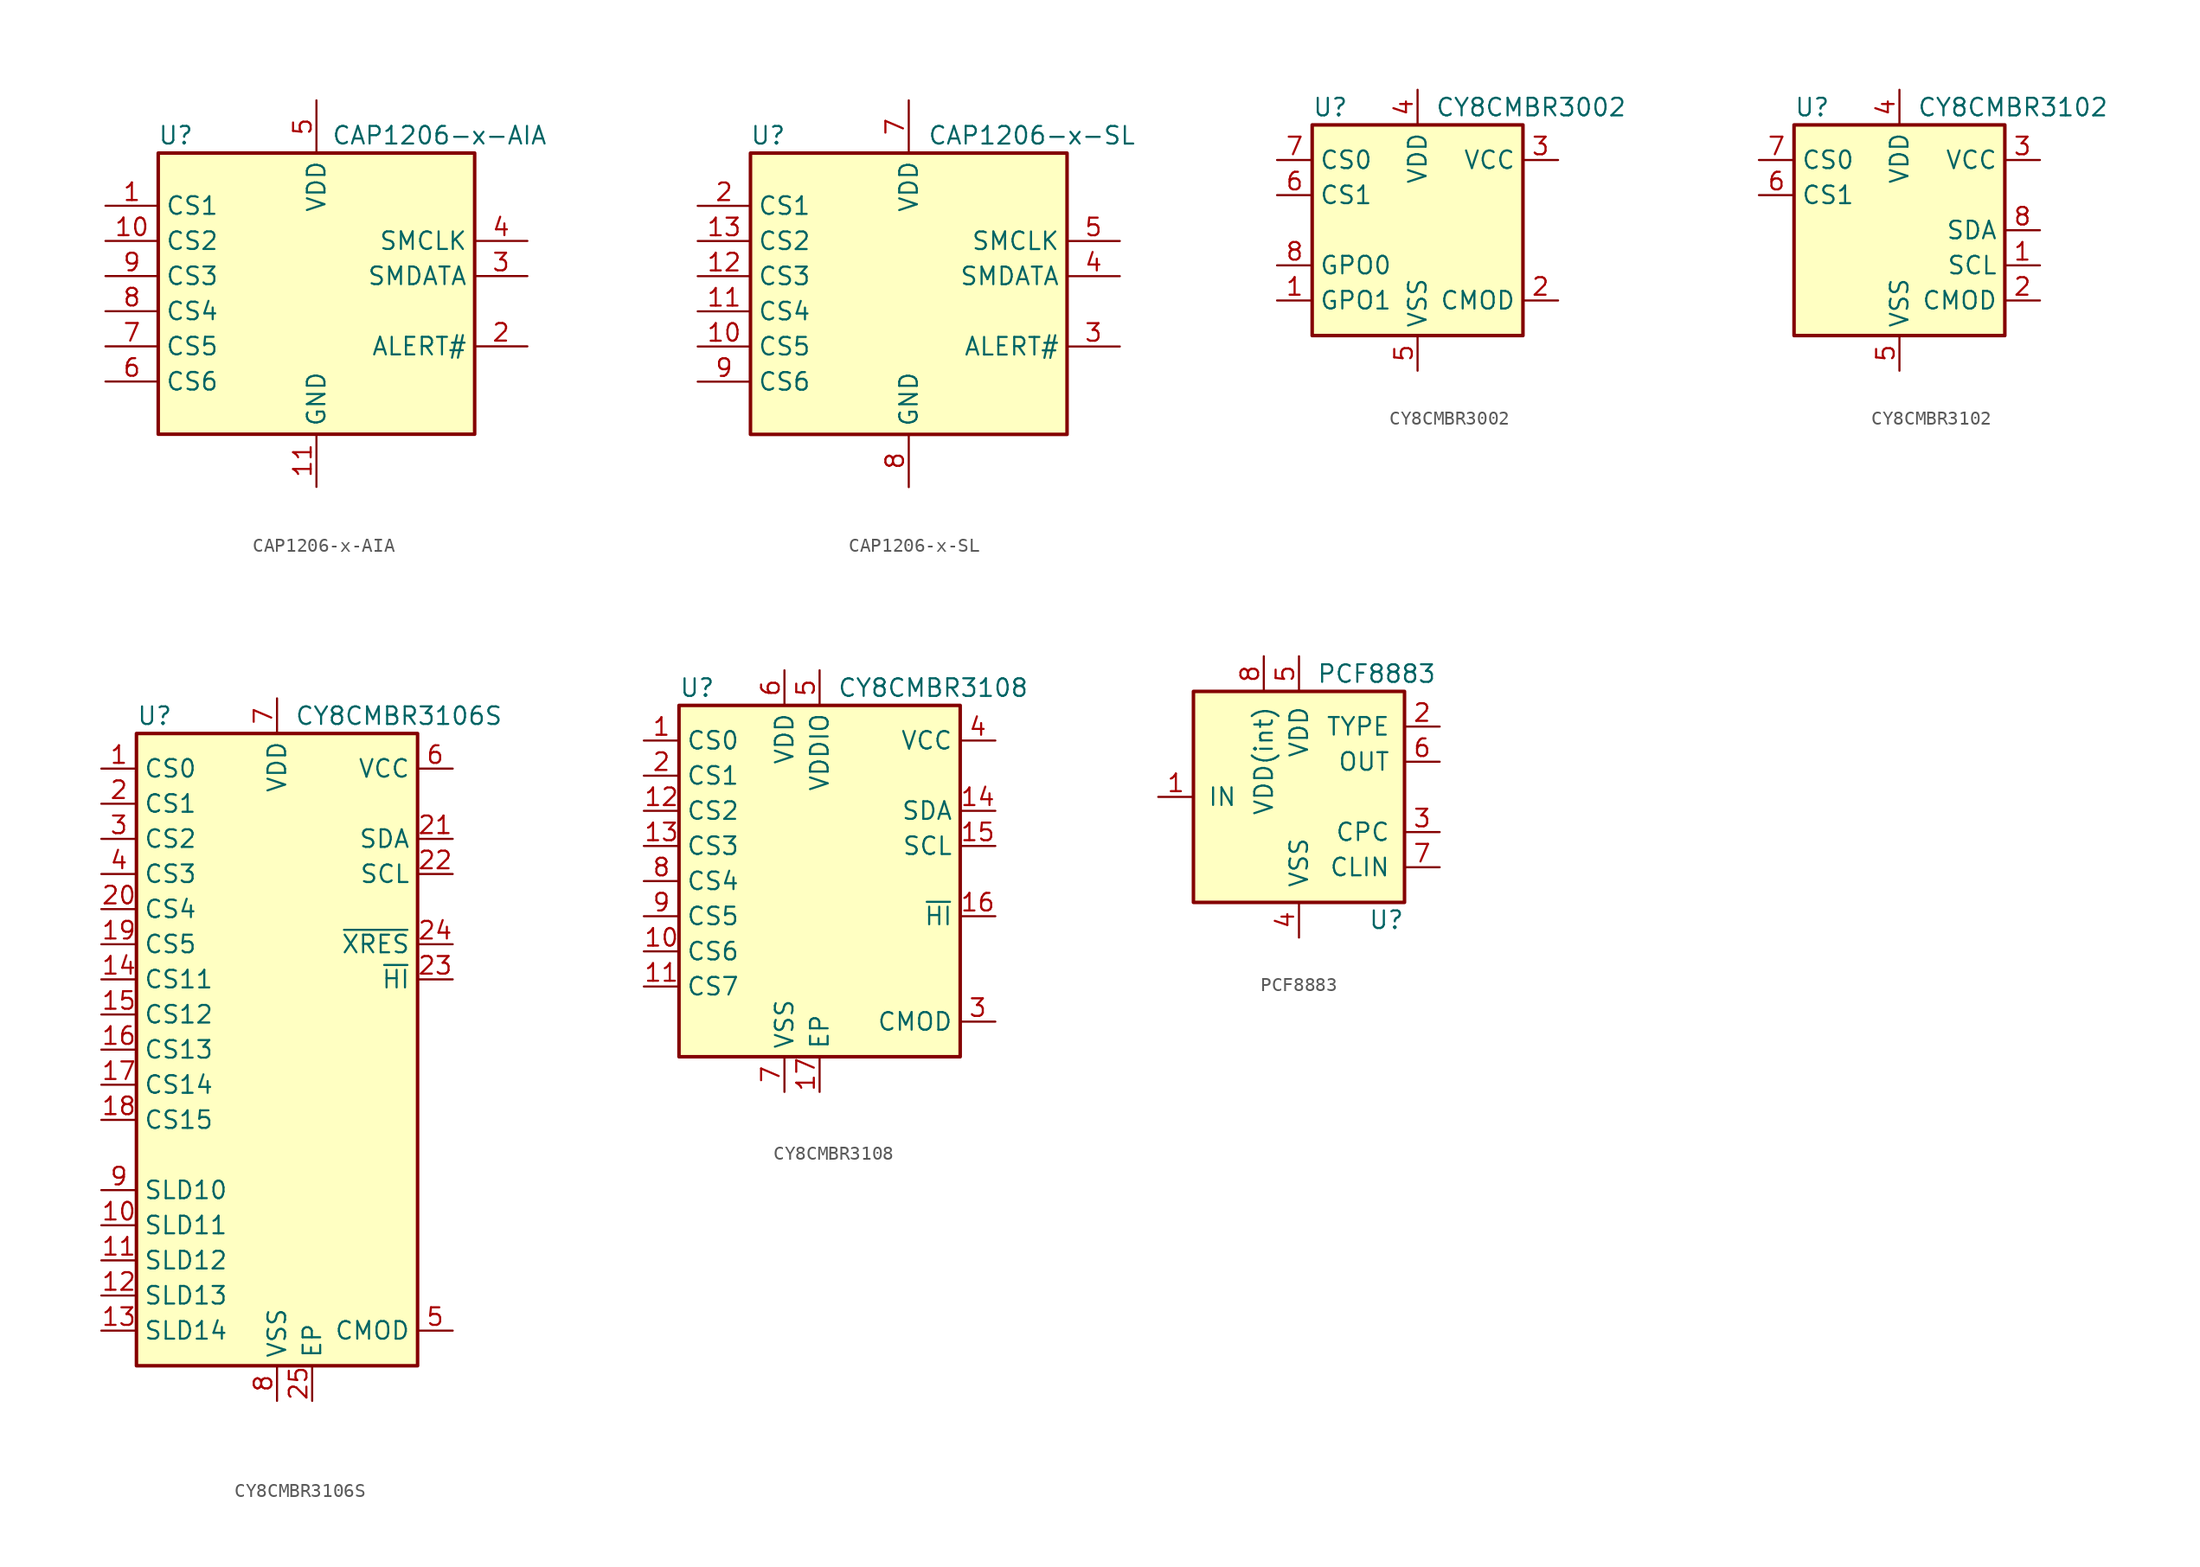
<source format=kicad_sym>
(kicad_symbol_lib
  (version 20241209)
  (generator "kicad_symbol_editor")
  (generator_version "9.0")
  (symbol "CAP1206-x-AIA"
    (property "Reference" "U"
      (at -10.16 12.7 0)
      (effects (font (size 1.27 1.27))))
    (property "Value" "CAP1206-x-AIA"
      (at 8.89 12.7 0)
      (effects (font (size 1.27 1.27))))
    (symbol "CAP1206-x-AIA_0_1"
      (rectangle (start -11.43 11.43) (end 11.43 -8.89) (stroke (width 0.254) (type default)) (fill (type background))))
    (symbol "CAP1206-x-AIA_1_1"
      (pin passive line (at -15.24 7.62 0) (length 3.81) (name "CS1" (effects (font (size 1.27 1.27)))) (number "1" (effects (font (size 1.27 1.27)))))
      (pin passive line (at -15.24 5.08 0) (length 3.81) (name "CS2" (effects (font (size 1.27 1.27)))) (number "10" (effects (font (size 1.27 1.27)))))
      (pin passive line (at -15.24 2.54 0) (length 3.81) (name "CS3" (effects (font (size 1.27 1.27)))) (number "9" (effects (font (size 1.27 1.27)))))
      (pin passive line (at -15.24 0 0) (length 3.81) (name "CS4" (effects (font (size 1.27 1.27)))) (number "8" (effects (font (size 1.27 1.27)))))
      (pin passive line (at -15.24 -2.54 0) (length 3.81) (name "CS5" (effects (font (size 1.27 1.27)))) (number "7" (effects (font (size 1.27 1.27)))))
      (pin passive line (at -15.24 -5.08 0) (length 3.81) (name "CS6" (effects (font (size 1.27 1.27)))) (number "6" (effects (font (size 1.27 1.27)))))
      (pin power_in line (at 0 15.24 270) (length 3.81) (name "VDD" (effects (font (size 1.27 1.27)))) (number "5" (effects (font (size 1.27 1.27)))))
      (pin power_in line (at 0 -12.7 90) (length 3.81) (name "GND" (effects (font (size 1.27 1.27)))) (number "11" (effects (font (size 1.27 1.27)))))
      (pin input line (at 15.24 5.08 180) (length 3.81) (name "SMCLK" (effects (font (size 1.27 1.27)))) (number "4" (effects (font (size 1.27 1.27)))))
      (pin bidirectional line (at 15.24 2.54 180) (length 3.81) (name "SMDATA" (effects (font (size 1.27 1.27)))) (number "3" (effects (font (size 1.27 1.27)))))
      (pin open_collector line (at 15.24 -2.54 180) (length 3.81) (name "ALERT#" (effects (font (size 1.27 1.27)))) (number "2" (effects (font (size 1.27 1.27)))))))
  (symbol "CAP1206-x-SL"
    (property "Reference" "U"
      (at -10.16 12.7 0)
      (effects (font (size 1.27 1.27))))
    (property "Value" "CAP1206-x-SL"
      (at 8.89 12.7 0)
      (effects (font (size 1.27 1.27))))
    (symbol "CAP1206-x-SL_0_1"
      (rectangle (start -11.43 11.43) (end 11.43 -8.89) (stroke (width 0.254) (type default)) (fill (type background))))
    (symbol "CAP1206-x-SL_1_1"
      (pin passive line (at -15.24 7.62 0) (length 3.81) (name "CS1" (effects (font (size 1.27 1.27)))) (number "2" (effects (font (size 1.27 1.27)))))
      (pin passive line (at -15.24 5.08 0) (length 3.81) (name "CS2" (effects (font (size 1.27 1.27)))) (number "13" (effects (font (size 1.27 1.27)))))
      (pin passive line (at -15.24 2.54 0) (length 3.81) (name "CS3" (effects (font (size 1.27 1.27)))) (number "12" (effects (font (size 1.27 1.27)))))
      (pin passive line (at -15.24 0 0) (length 3.81) (name "CS4" (effects (font (size 1.27 1.27)))) (number "11" (effects (font (size 1.27 1.27)))))
      (pin passive line (at -15.24 -2.54 0) (length 3.81) (name "CS5" (effects (font (size 1.27 1.27)))) (number "10" (effects (font (size 1.27 1.27)))))
      (pin passive line (at -15.24 -5.08 0) (length 3.81) (name "CS6" (effects (font (size 1.27 1.27)))) (number "9" (effects (font (size 1.27 1.27)))))
      (pin power_in line (at 0 15.24 270) (length 3.81) (name "VDD" (effects (font (size 1.27 1.27)))) (number "7" (effects (font (size 1.27 1.27)))))
      (pin power_in line (at 0 -12.7 90) (length 3.81) (name "GND" (effects (font (size 1.27 1.27)))) (number "8" (effects (font (size 1.27 1.27)))))
      (pin input line (at 15.24 5.08 180) (length 3.81) (name "SMCLK" (effects (font (size 1.27 1.27)))) (number "5" (effects (font (size 1.27 1.27)))))
      (pin bidirectional line (at 15.24 2.54 180) (length 3.81) (name "SMDATA" (effects (font (size 1.27 1.27)))) (number "4" (effects (font (size 1.27 1.27)))))
      (pin open_collector line (at 15.24 -2.54 180) (length 3.81) (name "ALERT#" (effects (font (size 1.27 1.27)))) (number "3" (effects (font (size 1.27 1.27)))))))
  (symbol "CY8CMBR3002"
    (property "Reference" "U"
      (at -7.62 8.89 0)
      (effects (font (size 1.27 1.27)) (justify left)))
    (property "Value" "CY8CMBR3002"
      (at 1.27 8.89 0)
      (effects (font (size 1.27 1.27)) (justify left)))
    (symbol "CY8CMBR3002_0_1"
      (rectangle (start -7.62 7.62) (end 7.62 -7.62) (stroke (width 0.254) (type default)) (fill (type background))))
    (symbol "CY8CMBR3002_1_1"
      (pin passive line (at -10.16 5.08 0) (length 2.54) (name "CS0" (effects (font (size 1.27 1.27)))) (number "7" (effects (font (size 1.27 1.27)))))
      (pin passive line (at -10.16 2.54 0) (length 2.54) (name "CS1" (effects (font (size 1.27 1.27)))) (number "6" (effects (font (size 1.27 1.27)))))
      (pin output line (at -10.16 -2.54 0) (length 2.54) (name "GPO0" (effects (font (size 1.27 1.27)))) (number "8" (effects (font (size 1.27 1.27)))))
      (pin output line (at -10.16 -5.08 0) (length 2.54) (name "GPO1" (effects (font (size 1.27 1.27)))) (number "1" (effects (font (size 1.27 1.27)))))
      (pin power_in line (at 0 10.16 270) (length 2.54) (name "VDD" (effects (font (size 1.27 1.27)))) (number "4" (effects (font (size 1.27 1.27)))))
      (pin power_in line (at 0 -10.16 90) (length 2.54) (name "VSS" (effects (font (size 1.27 1.27)))) (number "5" (effects (font (size 1.27 1.27)))))
      (pin passive line (at 10.16 5.08 180) (length 2.54) (name "VCC" (effects (font (size 1.27 1.27)))) (number "3" (effects (font (size 1.27 1.27)))))
      (pin passive line (at 10.16 -5.08 180) (length 2.54) (name "CMOD" (effects (font (size 1.27 1.27)))) (number "2" (effects (font (size 1.27 1.27)))))))
  (symbol "CY8CMBR3102"
    (property "Reference" "U"
      (at -7.62 8.89 0)
      (effects (font (size 1.27 1.27)) (justify left)))
    (property "Value" "CY8CMBR3102"
      (at 1.27 8.89 0)
      (effects (font (size 1.27 1.27)) (justify left)))
    (symbol "CY8CMBR3102_0_1"
      (rectangle (start -7.62 7.62) (end 7.62 -7.62) (stroke (width 0.254) (type default)) (fill (type background))))
    (symbol "CY8CMBR3102_1_1"
      (pin passive line (at -10.16 5.08 0) (length 2.54) (name "CS0" (effects (font (size 1.27 1.27)))) (number "7" (effects (font (size 1.27 1.27)))))
      (pin passive line (at -10.16 2.54 0) (length 2.54) (name "CS1" (effects (font (size 1.27 1.27)))) (number "6" (effects (font (size 1.27 1.27)))))
      (pin power_in line (at 0 10.16 270) (length 2.54) (name "VDD" (effects (font (size 1.27 1.27)))) (number "4" (effects (font (size 1.27 1.27)))))
      (pin power_in line (at 0 -10.16 90) (length 2.54) (name "VSS" (effects (font (size 1.27 1.27)))) (number "5" (effects (font (size 1.27 1.27)))))
      (pin passive line (at 10.16 5.08 180) (length 2.54) (name "VCC" (effects (font (size 1.27 1.27)))) (number "3" (effects (font (size 1.27 1.27)))))
      (pin bidirectional line (at 10.16 0 180) (length 2.54) (name "SDA" (effects (font (size 1.27 1.27)))) (number "8" (effects (font (size 1.27 1.27)))))
      (pin input line (at 10.16 -2.54 180) (length 2.54) (name "SCL" (effects (font (size 1.27 1.27)))) (number "1" (effects (font (size 1.27 1.27)))))
      (pin passive line (at 10.16 -5.08 180) (length 2.54) (name "CMOD" (effects (font (size 1.27 1.27)))) (number "2" (effects (font (size 1.27 1.27)))))))
  (symbol "CY8CMBR3106S"
    (property "Reference" "U"
      (at -10.16 24.13 0)
      (effects (font (size 1.27 1.27)) (justify left)))
    (property "Value" "CY8CMBR3106S"
      (at 1.27 24.13 0)
      (effects (font (size 1.27 1.27)) (justify left)))
    (symbol "CY8CMBR3106S_0_1"
      (rectangle (start -10.16 22.86) (end 10.16 -22.86) (stroke (width 0.254) (type default)) (fill (type background))))
    (symbol "CY8CMBR3106S_1_1"
      (pin passive line (at -12.7 20.32 0) (length 2.54) (name "CS0" (effects (font (size 1.27 1.27)))) (number "1" (effects (font (size 1.27 1.27)))))
      (pin passive line (at -12.7 17.78 0) (length 2.54) (name "CS1" (effects (font (size 1.27 1.27)))) (number "2" (effects (font (size 1.27 1.27)))))
      (pin passive line (at -12.7 15.24 0) (length 2.54) (name "CS2" (effects (font (size 1.27 1.27)))) (number "3" (effects (font (size 1.27 1.27)))))
      (pin passive line (at -12.7 12.7 0) (length 2.54) (name "CS3" (effects (font (size 1.27 1.27)))) (number "4" (effects (font (size 1.27 1.27)))))
      (pin passive line (at -12.7 10.16 0) (length 2.54) (name "CS4" (effects (font (size 1.27 1.27)))) (number "20" (effects (font (size 1.27 1.27)))))
      (pin passive line (at -12.7 7.62 0) (length 2.54) (name "CS5" (effects (font (size 1.27 1.27)))) (number "19" (effects (font (size 1.27 1.27)))))
      (pin passive line (at -12.7 5.08 0) (length 2.54) (name "CS11" (effects (font (size 1.27 1.27)))) (number "14" (effects (font (size 1.27 1.27)))))
      (pin passive line (at -12.7 2.54 0) (length 2.54) (name "CS12" (effects (font (size 1.27 1.27)))) (number "15" (effects (font (size 1.27 1.27)))))
      (pin passive line (at -12.7 0 0) (length 2.54) (name "CS13" (effects (font (size 1.27 1.27)))) (number "16" (effects (font (size 1.27 1.27)))))
      (pin passive line (at -12.7 -2.54 0) (length 2.54) (name "CS14" (effects (font (size 1.27 1.27)))) (number "17" (effects (font (size 1.27 1.27)))))
      (pin passive line (at -12.7 -5.08 0) (length 2.54) (name "CS15" (effects (font (size 1.27 1.27)))) (number "18" (effects (font (size 1.27 1.27)))))
      (pin passive line (at -12.7 -10.16 0) (length 2.54) (name "SLD10" (effects (font (size 1.27 1.27)))) (number "9" (effects (font (size 1.27 1.27)))))
      (pin passive line (at -12.7 -12.7 0) (length 2.54) (name "SLD11" (effects (font (size 1.27 1.27)))) (number "10" (effects (font (size 1.27 1.27)))))
      (pin passive line (at -12.7 -15.24 0) (length 2.54) (name "SLD12" (effects (font (size 1.27 1.27)))) (number "11" (effects (font (size 1.27 1.27)))))
      (pin passive line (at -12.7 -17.78 0) (length 2.54) (name "SLD13" (effects (font (size 1.27 1.27)))) (number "12" (effects (font (size 1.27 1.27)))))
      (pin passive line (at -12.7 -20.32 0) (length 2.54) (name "SLD14" (effects (font (size 1.27 1.27)))) (number "13" (effects (font (size 1.27 1.27)))))
      (pin power_in line (at 0 25.4 270) (length 2.54) (name "VDD" (effects (font (size 1.27 1.27)))) (number "7" (effects (font (size 1.27 1.27)))))
      (pin power_in line (at 0 -25.4 90) (length 2.54) (name "VSS" (effects (font (size 1.27 1.27)))) (number "8" (effects (font (size 1.27 1.27)))))
      (pin passive line (at 2.54 -25.4 90) (length 2.54) (name "EP" (effects (font (size 1.27 1.27)))) (number "25" (effects (font (size 1.27 1.27)))))
      (pin passive line (at 12.7 20.32 180) (length 2.54) (name "VCC" (effects (font (size 1.27 1.27)))) (number "6" (effects (font (size 1.27 1.27)))))
      (pin bidirectional line (at 12.7 15.24 180) (length 2.54) (name "SDA" (effects (font (size 1.27 1.27)))) (number "21" (effects (font (size 1.27 1.27)))))
      (pin input line (at 12.7 12.7 180) (length 2.54) (name "SCL" (effects (font (size 1.27 1.27)))) (number "22" (effects (font (size 1.27 1.27)))))
      (pin input line (at 12.7 7.62 180) (length 2.54) (name "~{XRES}" (effects (font (size 1.27 1.27)))) (number "24" (effects (font (size 1.27 1.27)))))
      (pin bidirectional line (at 12.7 5.08 180) (length 2.54) (name "~{HI}" (effects (font (size 1.27 1.27)))) (number "23" (effects (font (size 1.27 1.27)))))
      (pin passive line (at 12.7 -20.32 180) (length 2.54) (name "CMOD" (effects (font (size 1.27 1.27)))) (number "5" (effects (font (size 1.27 1.27)))))))
  (symbol "CY8CMBR3108"
    (property "Reference" "U"
      (at -10.16 13.97 0)
      (effects (font (size 1.27 1.27)) (justify left)))
    (property "Value" "CY8CMBR3108"
      (at 1.27 13.97 0)
      (effects (font (size 1.27 1.27)) (justify left)))
    (symbol "CY8CMBR3108_0_1"
      (rectangle (start -10.16 12.7) (end 10.16 -12.7) (stroke (width 0.254) (type default)) (fill (type background))))
    (symbol "CY8CMBR3108_1_1"
      (pin passive line (at -12.7 10.16 0) (length 2.54) (name "CS0" (effects (font (size 1.27 1.27)))) (number "1" (effects (font (size 1.27 1.27)))))
      (pin passive line (at -12.7 7.62 0) (length 2.54) (name "CS1" (effects (font (size 1.27 1.27)))) (number "2" (effects (font (size 1.27 1.27)))))
      (pin passive line (at -12.7 5.08 0) (length 2.54) (name "CS2" (effects (font (size 1.27 1.27)))) (number "12" (effects (font (size 1.27 1.27)))))
      (pin passive line (at -12.7 2.54 0) (length 2.54) (name "CS3" (effects (font (size 1.27 1.27)))) (number "13" (effects (font (size 1.27 1.27)))))
      (pin passive line (at -12.7 0 0) (length 2.54) (name "CS4" (effects (font (size 1.27 1.27)))) (number "8" (effects (font (size 1.27 1.27)))))
      (pin passive line (at -12.7 -2.54 0) (length 2.54) (name "CS5" (effects (font (size 1.27 1.27)))) (number "9" (effects (font (size 1.27 1.27)))))
      (pin passive line (at -12.7 -5.08 0) (length 2.54) (name "CS6" (effects (font (size 1.27 1.27)))) (number "10" (effects (font (size 1.27 1.27)))))
      (pin passive line (at -12.7 -7.62 0) (length 2.54) (name "CS7" (effects (font (size 1.27 1.27)))) (number "11" (effects (font (size 1.27 1.27)))))
      (pin power_in line (at -2.54 15.24 270) (length 2.54) (name "VDD" (effects (font (size 1.27 1.27)))) (number "6" (effects (font (size 1.27 1.27)))))
      (pin power_in line (at -2.54 -15.24 90) (length 2.54) (name "VSS" (effects (font (size 1.27 1.27)))) (number "7" (effects (font (size 1.27 1.27)))))
      (pin power_in line (at 0 15.24 270) (length 2.54) (name "VDDIO" (effects (font (size 1.27 1.27)))) (number "5" (effects (font (size 1.27 1.27)))))
      (pin passive line (at 0 -15.24 90) (length 2.54) (name "EP" (effects (font (size 1.27 1.27)))) (number "17" (effects (font (size 1.27 1.27)))))
      (pin passive line (at 12.7 10.16 180) (length 2.54) (name "VCC" (effects (font (size 1.27 1.27)))) (number "4" (effects (font (size 1.27 1.27)))))
      (pin bidirectional line (at 12.7 5.08 180) (length 2.54) (name "SDA" (effects (font (size 1.27 1.27)))) (number "14" (effects (font (size 1.27 1.27)))))
      (pin input line (at 12.7 2.54 180) (length 2.54) (name "SCL" (effects (font (size 1.27 1.27)))) (number "15" (effects (font (size 1.27 1.27)))))
      (pin bidirectional line (at 12.7 -2.54 180) (length 2.54) (name "~{HI}" (effects (font (size 1.27 1.27)))) (number "16" (effects (font (size 1.27 1.27)))))
      (pin passive line (at 12.7 -10.16 180) (length 2.54) (name "CMOD" (effects (font (size 1.27 1.27)))) (number "3" (effects (font (size 1.27 1.27)))))))
  (symbol "PCF8883"
    (pin_names
      (offset 1.016))
    (property "Reference" "U"
      (at 7.62 -8.89 0)
      (effects (font (size 1.27 1.27)) (justify right)))
    (property "Value" "PCF8883"
      (at 1.27 8.89 0)
      (effects (font (size 1.27 1.27)) (justify left)))
    (symbol "PCF8883_0_1"
      (rectangle (start 7.62 -7.62) (end -7.62 7.62) (stroke (width 0.254) (type default)) (fill (type background))))
    (symbol "PCF8883_1_1"
      (pin input line (at -10.16 0 0) (length 2.54) (name "IN" (effects (font (size 1.27 1.27)))) (number "1" (effects (font (size 1.27 1.27)))))
      (pin power_out line (at -2.54 10.16 270) (length 2.54) (name "VDD(int)" (effects (font (size 1.27 1.27)))) (number "8" (effects (font (size 1.27 1.27)))))
      (pin power_in line (at 0 10.16 270) (length 2.54) (name "VDD" (effects (font (size 1.27 1.27)))) (number "5" (effects (font (size 1.27 1.27)))))
      (pin power_in line (at 0 -10.16 90) (length 2.54) (name "VSS" (effects (font (size 1.27 1.27)))) (number "4" (effects (font (size 1.27 1.27)))))
      (pin input line (at 10.16 5.08 180) (length 2.54) (name "TYPE" (effects (font (size 1.27 1.27)))) (number "2" (effects (font (size 1.27 1.27)))))
      (pin output line (at 10.16 2.54 180) (length 2.54) (name "OUT" (effects (font (size 1.27 1.27)))) (number "6" (effects (font (size 1.27 1.27)))))
      (pin bidirectional line (at 10.16 -2.54 180) (length 2.54) (name "CPC" (effects (font (size 1.27 1.27)))) (number "3" (effects (font (size 1.27 1.27)))))
      (pin bidirectional line (at 10.16 -5.08 180) (length 2.54) (name "CLIN" (effects (font (size 1.27 1.27)))) (number "7" (effects (font (size 1.27 1.27))))))))
</source>
